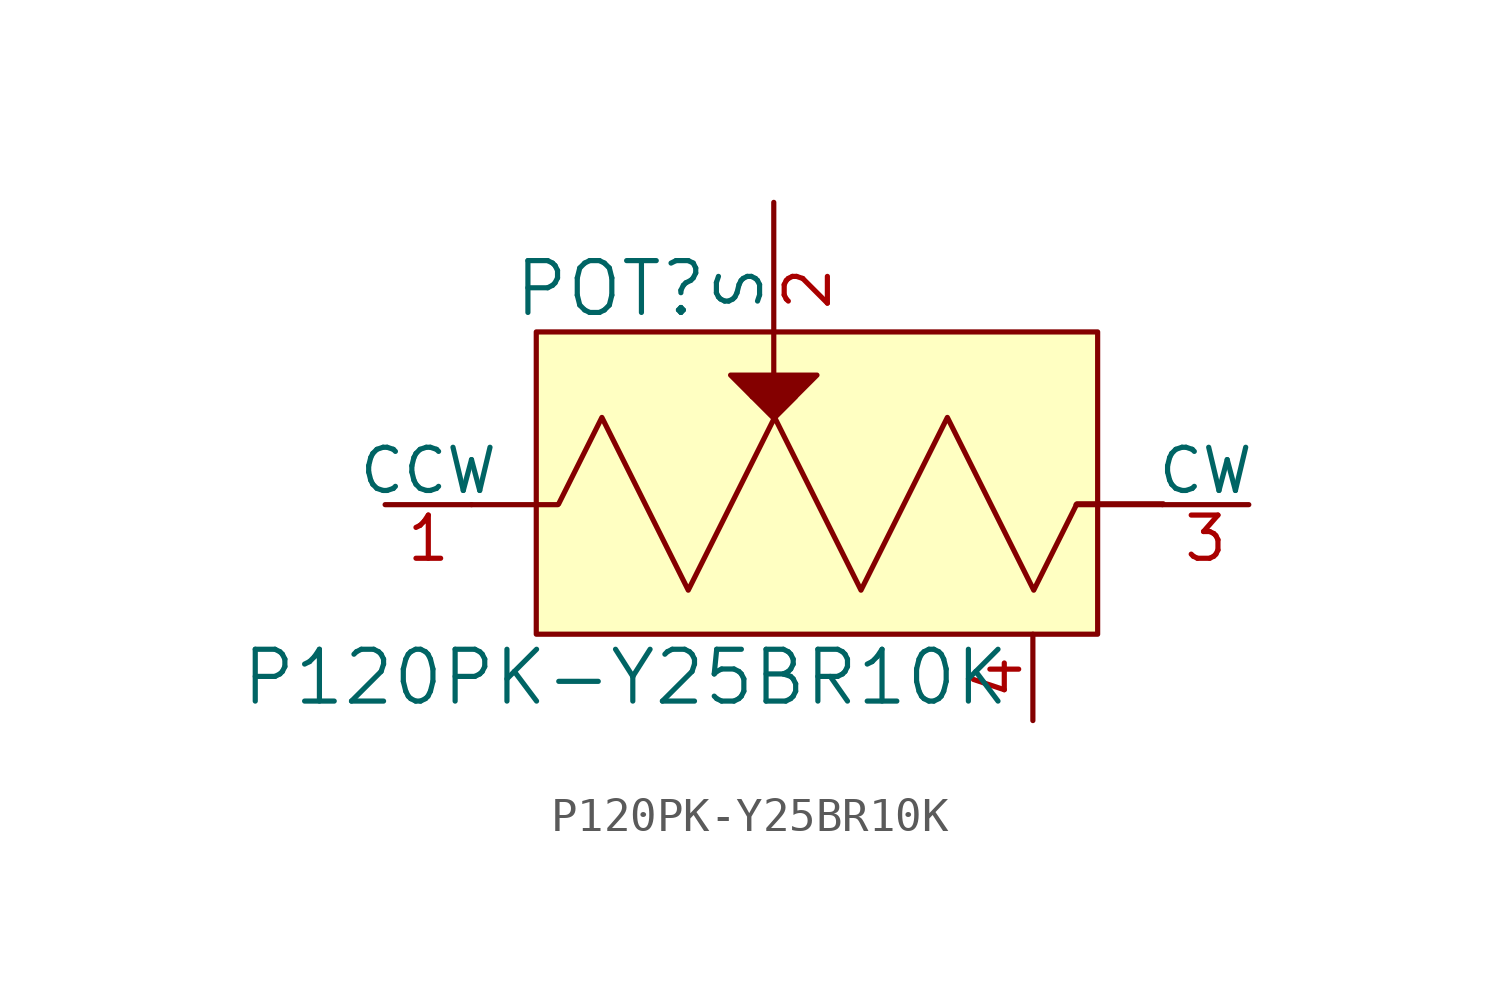
<source format=kicad_sym>
(kicad_symbol_lib
  (version 20220914)
  (generator kicad_symbol_editor)
  (symbol "P120PK-Y25BR10K"
    (pin_names
      (offset 0))
    (property "Reference" "POT"
      (at -1.905 6.35 0)
      (effects (font (size 1.524 1.524)) (justify right)))
    (property "Value" "P120PK-Y25BR10K"
      (at 6.985 -5.08 0)
      (effects (font (size 1.524 1.524)) (justify right)))
    (symbol "P120PK-Y25BR10K_0_1"
      (rectangle (start -6.985 5.08) (end 9.525 -3.81) (stroke (width 0) (type default)) (fill (type background)))
      (polyline (pts (xy -6.35 0) (xy -8.89 0)) (stroke (width 0) (type default)) (fill (type none)))
      (polyline (pts (xy 11.43 0) (xy 8.89 0)) (stroke (width 0) (type default)) (fill (type none)))
      (polyline (pts (xy -0.635 3.175) (xy -1.27 3.81) (xy 1.27 3.81) (xy 0 2.54)) (stroke (width 0) (type default)) (fill (type outline)))
      (polyline (pts (xy 0 2.54) (xy -0.635 3.175) (xy 0.635 3.175) (xy 0 2.54)) (stroke (width 0) (type default)) (fill (type none)))
      (polyline (pts (xy -6.325 0.025) (xy -5.055 2.565) (xy -2.515 -2.515) (xy -1.245 0.025) (xy 0.025 2.565) (xy 2.565 -2.515) (xy 5.105 2.565) (xy 7.645 -2.515) (xy 8.915 0.025) (xy 11.455 0.025)) (stroke (width 0) (type default)) (fill (type none))))
    (symbol "P120PK-Y25BR10K_1_0"
      (pin unspecified line (at 7.62 -6.35 90) (length 2.54) (name "~" (effects (font (size 1.27 1.27)))) (number "4" (effects (font (size 1.27 1.27))))))
    (symbol "P120PK-Y25BR10K_1_1"
      (pin passive line (at -11.43 0 0) (length 2.54) (name "CCW" (effects (font (size 1.27 1.27)))) (number "1" (effects (font (size 1.27 1.27)))))
      (pin passive line (at 0 8.89 270) (length 5.08) (name "S" (effects (font (size 1.27 1.27)))) (number "2" (effects (font (size 1.27 1.27)))))
      (pin passive line (at 13.97 0 180) (length 2.54) (name "CW" (effects (font (size 1.27 1.27)))) (number "3" (effects (font (size 1.27 1.27))))))))
</source>
